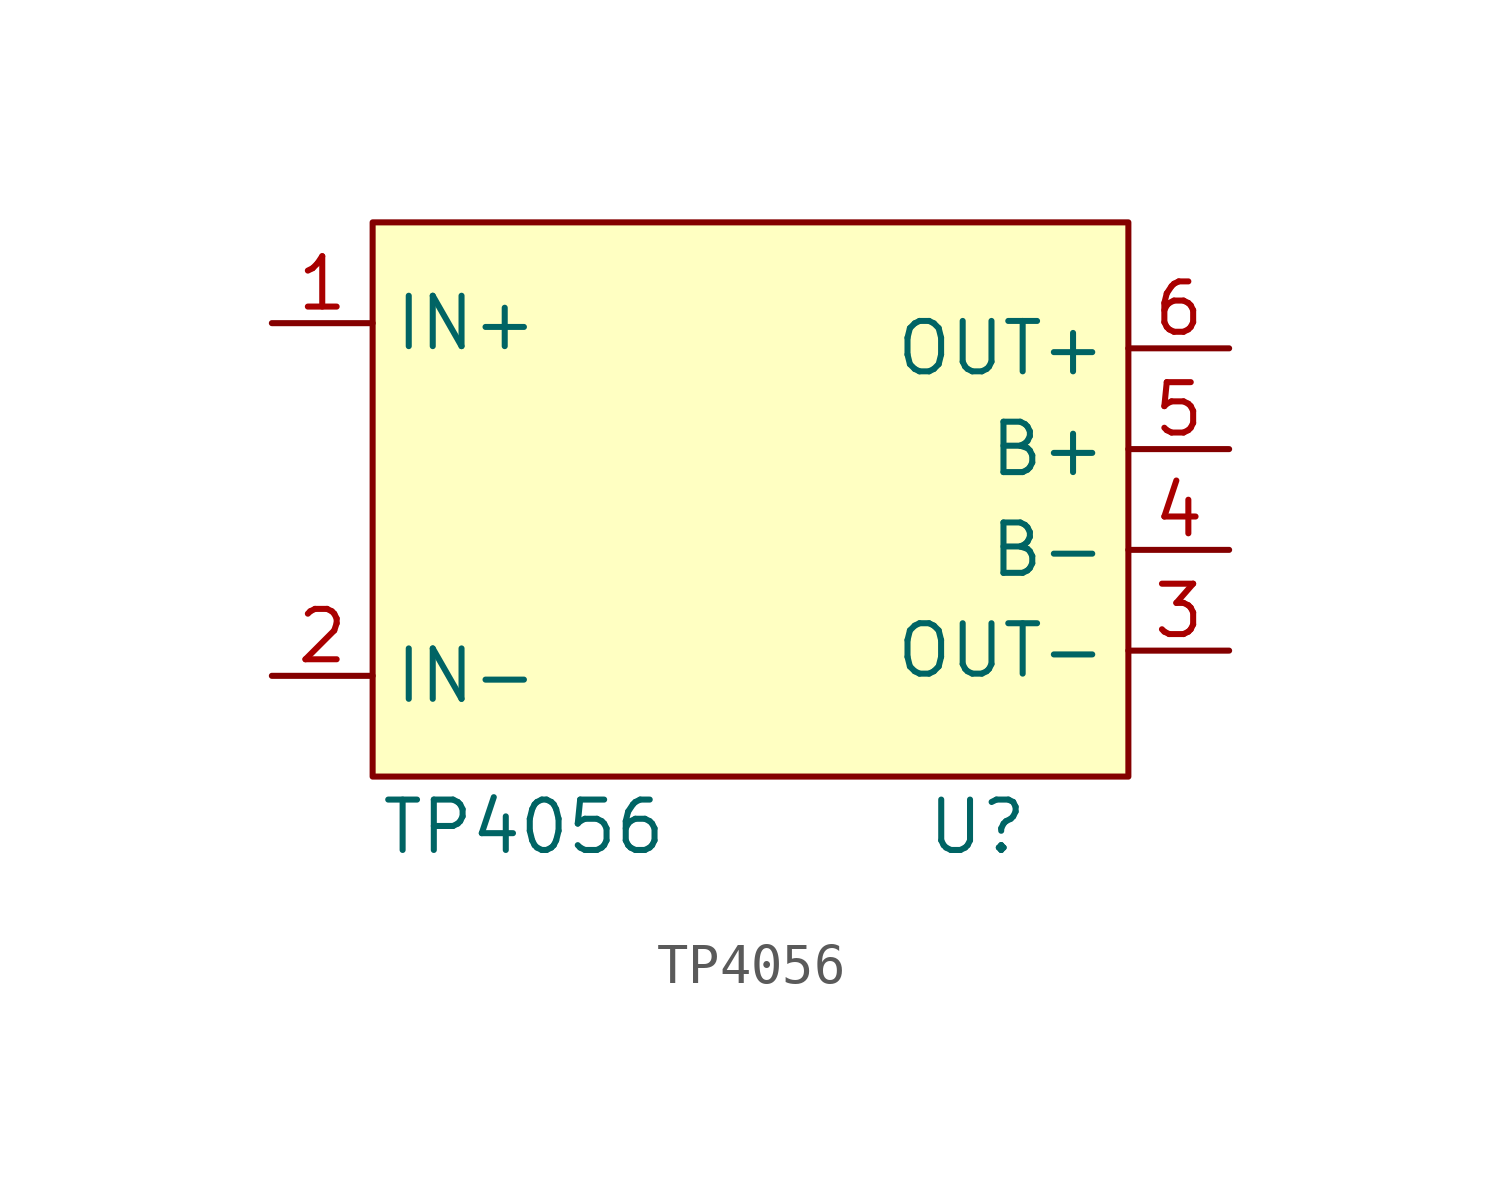
<source format=kicad_sym>
(kicad_symbol_lib
  (version 20211014)
  (generator kicad_symbol_editor)
  (symbol "TP4056"
    (property "Reference" "U"
      (at 2.54 -8.89 0)
      (effects (font (size 1.27 1.27))))
    (property "Value" "TP4056"
      (at -8.89 -8.89 0)
      (effects (font (size 1.27 1.27))))
    (symbol "TP4056_0_1"
      (rectangle (start -12.7 6.35) (end 6.35 -7.62) (stroke (width 0) (type default) (color 0 0 0 0)) (fill (type background))))
    (symbol "TP4056_1_1"
      (pin input line (at -15.24 3.81 0) (length 2.54) (name "IN+" (effects (font (size 1.27 1.27)))) (number "1" (effects (font (size 1.27 1.27)))))
      (pin input line (at -15.24 -5.08 0) (length 2.54) (name "IN-" (effects (font (size 1.27 1.27)))) (number "2" (effects (font (size 1.27 1.27)))))
      (pin output line (at 8.89 -4.445 180) (length 2.54) (name "OUT-" (effects (font (size 1.27 1.27)))) (number "3" (effects (font (size 1.27 1.27)))))
      (pin output line (at 8.89 -1.905 180) (length 2.54) (name "B-" (effects (font (size 1.27 1.27)))) (number "4" (effects (font (size 1.27 1.27)))))
      (pin output line (at 8.89 0.635 180) (length 2.54) (name "B+" (effects (font (size 1.27 1.27)))) (number "5" (effects (font (size 1.27 1.27)))))
      (pin output line (at 8.89 3.175 180) (length 2.54) (name "OUT+" (effects (font (size 1.27 1.27)))) (number "6" (effects (font (size 1.27 1.27))))))))
</source>
